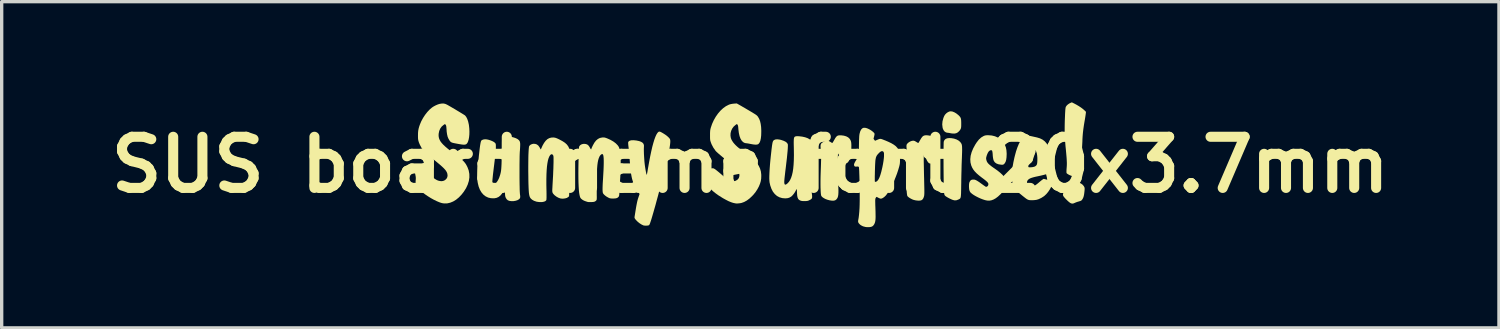
<source format=kicad_pcb>
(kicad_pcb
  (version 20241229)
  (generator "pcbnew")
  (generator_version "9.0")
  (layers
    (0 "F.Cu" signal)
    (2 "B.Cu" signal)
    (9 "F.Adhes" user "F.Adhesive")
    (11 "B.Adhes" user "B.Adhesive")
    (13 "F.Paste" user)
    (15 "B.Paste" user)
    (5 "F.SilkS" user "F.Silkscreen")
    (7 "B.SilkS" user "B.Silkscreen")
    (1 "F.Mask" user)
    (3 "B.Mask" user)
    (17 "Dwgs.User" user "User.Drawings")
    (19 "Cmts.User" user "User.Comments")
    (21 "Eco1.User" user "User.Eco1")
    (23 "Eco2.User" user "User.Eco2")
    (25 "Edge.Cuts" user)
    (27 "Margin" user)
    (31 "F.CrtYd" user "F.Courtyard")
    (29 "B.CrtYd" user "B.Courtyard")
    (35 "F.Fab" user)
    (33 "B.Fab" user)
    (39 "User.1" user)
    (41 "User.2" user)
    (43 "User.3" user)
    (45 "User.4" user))
  (footprint "SUS board name font 20x3.7mm"
    (layer "F.Cu")
    (at 19.311 1.861)
    (property "Reference" "SUS board name font 20x3.7mm" (at 0 0 0) (layer "F.SilkS") (effects (font (size 1.524 1.524) (thickness 0.3))))
    (attr board_only exclude_from_pos_files exclude_from_bom)
    (fp_poly (pts (xy 6.024 -1.587) (xy 6.082 -1.564) (xy 6.141 -1.529) (xy 6.199 -1.483) (xy 6.22 -1.463) (xy 6.243 -1.438) (xy 6.26 -1.415) (xy 6.272 -1.389) (xy 6.28 -1.358) (xy 6.284 -1.317) (xy 6.286 -1.263) (xy 6.286 -1.236) (xy 6.286 -1.176) (xy 6.284 -1.13) (xy 6.279 -1.095) (xy 6.269 -1.067) (xy 6.254 -1.041) (xy 6.233 -1.013) (xy 6.225 -1.004) (xy 6.183 -0.965) (xy 6.135 -0.94) (xy 6.08 -0.93) (xy 6.014 -0.933) (xy 5.965 -0.941) (xy 5.93 -0.948) (xy 5.899 -0.953) (xy 5.882 -0.954) (xy 5.834 -0.964) (xy 5.793 -0.989) (xy 5.76 -1.03) (xy 5.736 -1.085) (xy 5.73 -1.111) (xy 5.72 -1.201) (xy 5.728 -1.295) (xy 5.754 -1.393) (xy 5.779 -1.454) (xy 5.806 -1.497) (xy 5.843 -1.535) (xy 5.887 -1.567) (xy 5.933 -1.588) (xy 5.973 -1.594)) (stroke (width 0) (type solid)) (fill yes) (layer "F.SilkS"))
    (fp_poly (pts (xy 9.676 0.516) (xy 9.739 0.521) (xy 9.793 0.531) (xy 9.8 0.533) (xy 9.855 0.558) (xy 9.904 0.594) (xy 9.94 0.637) (xy 9.951 0.658) (xy 9.959 0.676) (xy 9.963 0.694) (xy 9.964 0.716) (xy 9.963 0.747) (xy 9.959 0.79) (xy 9.958 0.8) (xy 9.949 0.874) (xy 9.938 0.932) (xy 9.923 0.979) (xy 9.904 1.017) (xy 9.892 1.035) (xy 9.877 1.054) (xy 9.861 1.068) (xy 9.839 1.078) (xy 9.807 1.088) (xy 9.788 1.094) (xy 9.745 1.106) (xy 9.704 1.121) (xy 9.671 1.135) (xy 9.667 1.137) (xy 9.624 1.154) (xy 9.588 1.157) (xy 9.553 1.146) (xy 9.529 1.133) (xy 9.5 1.111) (xy 9.465 1.081) (xy 9.428 1.045) (xy 9.391 1.008) (xy 9.36 0.973) (xy 9.337 0.944) (xy 9.33 0.933) (xy 9.322 0.915) (xy 9.318 0.899) (xy 9.319 0.88) (xy 9.325 0.851) (xy 9.329 0.836) (xy 9.337 0.798) (xy 9.342 0.762) (xy 9.344 0.737) (xy 9.353 0.675) (xy 9.378 0.621) (xy 9.417 0.576) (xy 9.469 0.543) (xy 9.499 0.531) (xy 9.549 0.521) (xy 9.61 0.516)) (stroke (width 0) (type solid)) (fill yes) (layer "F.SilkS"))
    (fp_poly (pts (xy 5.987 -0.794) (xy 6.071 -0.78) (xy 6.146 -0.755) (xy 6.208 -0.721) (xy 6.258 -0.678) (xy 6.292 -0.628) (xy 6.298 -0.614) (xy 6.303 -0.595) (xy 6.308 -0.57) (xy 6.311 -0.537) (xy 6.312 -0.495) (xy 6.313 -0.442) (xy 6.312 -0.377) (xy 6.309 -0.297) (xy 6.306 -0.202) (xy 6.303 -0.139) (xy 6.301 -0.08) (xy 6.298 -0.007) (xy 6.296 0.079) (xy 6.294 0.174) (xy 6.291 0.274) (xy 6.289 0.375) (xy 6.287 0.476) (xy 6.287 0.525) (xy 6.285 0.631) (xy 6.284 0.719) (xy 6.282 0.792) (xy 6.281 0.852) (xy 6.278 0.899) (xy 6.275 0.936) (xy 6.27 0.964) (xy 6.264 0.985) (xy 6.256 1) (xy 6.246 1.011) (xy 6.234 1.019) (xy 6.219 1.027) (xy 6.201 1.036) (xy 6.201 1.036) (xy 6.146 1.057) (xy 6.095 1.061) (xy 6.043 1.05) (xy 6.039 1.049) (xy 5.992 1.03) (xy 5.941 1.006) (xy 5.893 0.981) (xy 5.851 0.956) (xy 5.82 0.935) (xy 5.816 0.932) (xy 5.799 0.916) (xy 5.789 0.9) (xy 5.782 0.878) (xy 5.776 0.845) (xy 5.774 0.83) (xy 5.772 0.804) (xy 5.77 0.763) (xy 5.768 0.707) (xy 5.766 0.639) (xy 5.765 0.561) (xy 5.763 0.474) (xy 5.762 0.38) (xy 5.761 0.28) (xy 5.76 0.177) (xy 5.759 0.072) (xy 5.759 -0.033) (xy 5.758 -0.136) (xy 5.758 -0.235) (xy 5.759 -0.329) (xy 5.759 -0.416) (xy 5.76 -0.495) (xy 5.761 -0.563) (xy 5.762 -0.618) (xy 5.763 -0.66) (xy 5.765 -0.685) (xy 5.766 -0.692) (xy 5.786 -0.736) (xy 5.818 -0.768) (xy 5.863 -0.788) (xy 5.922 -0.796)) (stroke (width 0) (type solid)) (fill yes) (layer "F.SilkS"))
    (fp_poly (pts (xy 9.651 -1.827) (xy 9.721 -1.79) (xy 9.79 -1.749) (xy 9.854 -1.707) (xy 9.909 -1.666) (xy 9.95 -1.631) (xy 10.004 -1.578) (xy 9.998 -1.524) (xy 9.994 -1.496) (xy 9.988 -1.454) (xy 9.98 -1.403) (xy 9.971 -1.348) (xy 9.965 -1.316) (xy 9.943 -1.184) (xy 9.926 -1.066) (xy 9.913 -0.956) (xy 9.904 -0.852) (xy 9.898 -0.748) (xy 9.897 -0.7) (xy 9.894 -0.641) (xy 9.89 -0.567) (xy 9.885 -0.485) (xy 9.878 -0.398) (xy 9.871 -0.31) (xy 9.863 -0.228) (xy 9.863 -0.227) (xy 9.855 -0.148) (xy 9.848 -0.068) (xy 9.841 0.009) (xy 9.835 0.08) (xy 9.831 0.14) (xy 9.828 0.187) (xy 9.828 0.192) (xy 9.824 0.244) (xy 9.82 0.287) (xy 9.816 0.318) (xy 9.811 0.334) (xy 9.81 0.335) (xy 9.79 0.345) (xy 9.756 0.352) (xy 9.714 0.354) (xy 9.678 0.351) (xy 9.639 0.346) (xy 9.6 0.338) (xy 9.585 0.334) (xy 9.55 0.322) (xy 9.511 0.305) (xy 9.475 0.286) (xy 9.446 0.267) (xy 9.428 0.251) (xy 9.426 0.248) (xy 9.423 0.231) (xy 9.422 0.198) (xy 9.424 0.148) (xy 9.428 0.094) (xy 9.431 0.054) (xy 9.433 0.017) (xy 9.434 -0.021) (xy 9.434 -0.061) (xy 9.432 -0.105) (xy 9.43 -0.155) (xy 9.426 -0.214) (xy 9.42 -0.283) (xy 9.413 -0.364) (xy 9.404 -0.46) (xy 9.394 -0.556) (xy 9.385 -0.664) (xy 9.377 -0.766) (xy 9.372 -0.867) (xy 9.369 -0.968) (xy 9.369 -1.075) (xy 9.37 -1.19) (xy 9.373 -1.317) (xy 9.378 -1.437) (xy 9.381 -1.519) (xy 9.385 -1.584) (xy 9.388 -1.635) (xy 9.392 -1.673) (xy 9.396 -1.7) (xy 9.4 -1.719) (xy 9.403 -1.726) (xy 9.427 -1.762) (xy 9.464 -1.798) (xy 9.509 -1.828) (xy 9.538 -1.843) (xy 9.583 -1.861)) (stroke (width 0) (type solid)) (fill yes) (layer "F.SilkS"))
    (fp_poly (pts (xy 5.284 -0.878) (xy 5.294 -0.877) (xy 5.375 -0.863) (xy 5.444 -0.836) (xy 5.499 -0.797) (xy 5.54 -0.747) (xy 5.554 -0.721) (xy 5.562 -0.701) (xy 5.567 -0.682) (xy 5.571 -0.661) (xy 5.573 -0.633) (xy 5.574 -0.595) (xy 5.574 -0.544) (xy 5.574 -0.52) (xy 5.569 -0.402) (xy 5.559 -0.302) (xy 5.543 -0.217) (xy 5.521 -0.15) (xy 5.492 -0.098) (xy 5.457 -0.062) (xy 5.415 -0.042) (xy 5.366 -0.036) (xy 5.361 -0.036) (xy 5.328 -0.047) (xy 5.297 -0.076) (xy 5.266 -0.124) (xy 5.236 -0.19) (xy 5.214 -0.253) (xy 5.204 -0.28) (xy 5.196 -0.302) (xy 5.19 -0.317) (xy 5.184 -0.325) (xy 5.179 -0.324) (xy 5.175 -0.314) (xy 5.172 -0.294) (xy 5.17 -0.262) (xy 5.169 -0.218) (xy 5.169 -0.162) (xy 5.169 -0.092) (xy 5.171 -0.007) (xy 5.173 0.094) (xy 5.175 0.21) (xy 5.178 0.344) (xy 5.18 0.404) (xy 5.182 0.513) (xy 5.184 0.605) (xy 5.186 0.682) (xy 5.187 0.745) (xy 5.187 0.796) (xy 5.187 0.837) (xy 5.186 0.869) (xy 5.184 0.894) (xy 5.182 0.914) (xy 5.18 0.929) (xy 5.177 0.939) (xy 5.16 0.991) (xy 5.137 1.028) (xy 5.107 1.053) (xy 5.066 1.066) (xy 5.013 1.069) (xy 4.964 1.065) (xy 4.921 1.059) (xy 4.875 1.048) (xy 4.846 1.039) (xy 4.805 1.02) (xy 4.764 0.998) (xy 4.727 0.974) (xy 4.698 0.95) (xy 4.681 0.931) (xy 4.678 0.924) (xy 4.669 0.876) (xy 4.662 0.81) (xy 4.658 0.727) (xy 4.655 0.629) (xy 4.654 0.516) (xy 4.656 0.389) (xy 4.659 0.25) (xy 4.665 0.099) (xy 4.668 0.035) (xy 4.672 -0.051) (xy 4.675 -0.121) (xy 4.677 -0.178) (xy 4.678 -0.225) (xy 4.678 -0.265) (xy 4.676 -0.3) (xy 4.674 -0.333) (xy 4.671 -0.367) (xy 4.668 -0.394) (xy 4.661 -0.46) (xy 4.656 -0.511) (xy 4.654 -0.549) (xy 4.655 -0.577) (xy 4.659 -0.598) (xy 4.667 -0.614) (xy 4.678 -0.629) (xy 4.681 -0.633) (xy 4.718 -0.666) (xy 4.764 -0.694) (xy 4.812 -0.712) (xy 4.849 -0.718) (xy 4.877 -0.716) (xy 4.904 -0.707) (xy 4.935 -0.689) (xy 4.944 -0.684) (xy 4.972 -0.666) (xy 4.994 -0.654) (xy 5.005 -0.649) (xy 5.013 -0.657) (xy 5.027 -0.677) (xy 5.045 -0.708) (xy 5.061 -0.736) (xy 5.094 -0.792) (xy 5.123 -0.832) (xy 5.154 -0.859) (xy 5.189 -0.874) (xy 5.231 -0.88)) (stroke (width 0) (type solid)) (fill yes) (layer "F.SilkS"))
    (fp_poly (pts (xy 2.707 -0.878) (xy 2.788 -0.868) (xy 2.857 -0.848) (xy 2.915 -0.818) (xy 2.957 -0.779) (xy 2.969 -0.762) (xy 2.986 -0.733) (xy 2.998 -0.703) (xy 3.006 -0.67) (xy 3.01 -0.629) (xy 3.012 -0.577) (xy 3.011 -0.512) (xy 3.01 -0.479) (xy 3.006 -0.392) (xy 2.999 -0.321) (xy 2.99 -0.261) (xy 2.978 -0.21) (xy 2.961 -0.164) (xy 2.946 -0.13) (xy 2.917 -0.084) (xy 2.886 -0.054) (xy 2.849 -0.038) (xy 2.82 -0.035) (xy 2.785 -0.04) (xy 2.754 -0.056) (xy 2.726 -0.084) (xy 2.701 -0.127) (xy 2.675 -0.186) (xy 2.66 -0.228) (xy 2.645 -0.275) (xy 2.634 -0.306) (xy 2.627 -0.324) (xy 2.622 -0.331) (xy 2.619 -0.331) (xy 2.615 -0.324) (xy 2.614 -0.32) (xy 2.612 -0.307) (xy 2.611 -0.277) (xy 2.61 -0.233) (xy 2.61 -0.177) (xy 2.609 -0.11) (xy 2.61 -0.035) (xy 2.61 0.045) (xy 2.611 0.13) (xy 2.612 0.217) (xy 2.613 0.303) (xy 2.615 0.388) (xy 2.617 0.468) (xy 2.619 0.541) (xy 2.621 0.606) (xy 2.623 0.661) (xy 2.624 0.673) (xy 2.627 0.761) (xy 2.626 0.834) (xy 2.622 0.893) (xy 2.614 0.94) (xy 2.602 0.978) (xy 2.593 0.995) (xy 2.564 1.034) (xy 2.528 1.059) (xy 2.482 1.07) (xy 2.429 1.069) (xy 2.363 1.059) (xy 2.299 1.042) (xy 2.24 1.02) (xy 2.189 0.993) (xy 2.148 0.964) (xy 2.12 0.934) (xy 2.11 0.911) (xy 2.104 0.873) (xy 2.099 0.818) (xy 2.096 0.751) (xy 2.093 0.672) (xy 2.092 0.585) (xy 2.092 0.493) (xy 2.093 0.398) (xy 2.095 0.312) (xy 2.099 0.19) (xy 2.103 0.084) (xy 2.106 -0.005) (xy 2.108 -0.082) (xy 2.11 -0.146) (xy 2.111 -0.2) (xy 2.111 -0.245) (xy 2.111 -0.283) (xy 2.111 -0.315) (xy 2.11 -0.344) (xy 2.108 -0.371) (xy 2.106 -0.397) (xy 2.103 -0.424) (xy 2.101 -0.444) (xy 2.095 -0.509) (xy 2.093 -0.559) (xy 2.097 -0.597) (xy 2.109 -0.627) (xy 2.13 -0.65) (xy 2.161 -0.672) (xy 2.204 -0.693) (xy 2.221 -0.701) (xy 2.262 -0.717) (xy 2.298 -0.72) (xy 2.334 -0.711) (xy 2.375 -0.689) (xy 2.386 -0.682) (xy 2.412 -0.665) (xy 2.434 -0.653) (xy 2.444 -0.649) (xy 2.451 -0.657) (xy 2.465 -0.678) (xy 2.484 -0.709) (xy 2.504 -0.744) (xy 2.533 -0.796) (xy 2.56 -0.833) (xy 2.586 -0.858) (xy 2.615 -0.872) (xy 2.65 -0.878) (xy 2.696 -0.878)) (stroke (width 0) (type solid)) (fill yes) (layer "F.SilkS"))
    (fp_poly (pts (xy -2.69 -0.986) (xy -2.663 -0.975) (xy -2.627 -0.955) (xy -2.583 -0.929) (xy -2.53 -0.895) (xy -2.48 -0.857) (xy -2.439 -0.82) (xy -2.408 -0.786) (xy -2.395 -0.766) (xy -2.387 -0.741) (xy -2.384 -0.704) (xy -2.386 -0.654) (xy -2.393 -0.591) (xy -2.405 -0.512) (xy -2.423 -0.417) (xy -2.433 -0.366) (xy -2.451 -0.281) (xy -2.474 -0.18) (xy -2.5 -0.066) (xy -2.53 0.059) (xy -2.563 0.194) (xy -2.598 0.335) (xy -2.635 0.48) (xy -2.673 0.628) (xy -2.712 0.776) (xy -2.75 0.921) (xy -2.789 1.062) (xy -2.825 1.197) (xy -2.861 1.323) (xy -2.892 1.432) (xy -2.919 1.524) (xy -2.941 1.599) (xy -2.96 1.66) (xy -2.976 1.707) (xy -2.988 1.743) (xy -2.999 1.769) (xy -3.008 1.786) (xy -3.016 1.797) (xy -3.018 1.799) (xy -3.037 1.807) (xy -3.069 1.812) (xy -3.107 1.814) (xy -3.145 1.813) (xy -3.178 1.808) (xy -3.19 1.805) (xy -3.245 1.778) (xy -3.304 1.74) (xy -3.36 1.694) (xy -3.407 1.646) (xy -3.425 1.624) (xy -3.442 1.599) (xy -3.45 1.579) (xy -3.45 1.557) (xy -3.447 1.536) (xy -3.43 1.431) (xy -3.416 1.344) (xy -3.404 1.27) (xy -3.393 1.209) (xy -3.383 1.158) (xy -3.374 1.115) (xy -3.366 1.078) (xy -3.357 1.046) (xy -3.349 1.016) (xy -3.339 0.986) (xy -3.338 0.983) (xy -3.3 0.872) (xy -3.377 0.744) (xy -3.411 0.687) (xy -3.44 0.633) (xy -3.466 0.581) (xy -3.488 0.529) (xy -3.507 0.475) (xy -3.524 0.418) (xy -3.538 0.354) (xy -3.551 0.283) (xy -3.562 0.203) (xy -3.572 0.112) (xy -3.582 0.008) (xy -3.592 -0.112) (xy -3.601 -0.236) (xy -3.607 -0.303) (xy -3.613 -0.372) (xy -3.619 -0.438) (xy -3.625 -0.496) (xy -3.631 -0.539) (xy -3.636 -0.584) (xy -3.639 -0.625) (xy -3.641 -0.656) (xy -3.639 -0.672) (xy -3.623 -0.7) (xy -3.591 -0.719) (xy -3.544 -0.73) (xy -3.482 -0.732) (xy -3.407 -0.725) (xy -3.393 -0.723) (xy -3.315 -0.707) (xy -3.255 -0.685) (xy -3.211 -0.658) (xy -3.183 -0.624) (xy -3.17 -0.583) (xy -3.17 -0.539) (xy -3.172 -0.505) (xy -3.173 -0.455) (xy -3.172 -0.395) (xy -3.17 -0.326) (xy -3.166 -0.252) (xy -3.161 -0.177) (xy -3.156 -0.105) (xy -3.149 -0.037) (xy -3.142 0.021) (xy -3.142 0.021) (xy -3.132 0.089) (xy -3.122 0.15) (xy -3.112 0.204) (xy -3.103 0.247) (xy -3.095 0.279) (xy -3.088 0.296) (xy -3.084 0.297) (xy -3.084 0.297) (xy -3.08 0.283) (xy -3.075 0.255) (xy -3.067 0.215) (xy -3.059 0.165) (xy -3.05 0.111) (xy -3.017 -0.074) (xy -2.985 -0.244) (xy -2.953 -0.396) (xy -2.922 -0.532) (xy -2.89 -0.65) (xy -2.859 -0.752) (xy -2.828 -0.835) (xy -2.798 -0.901) (xy -2.768 -0.949) (xy -2.741 -0.977) (xy -2.726 -0.986) (xy -2.71 -0.989)) (stroke (width 0) (type solid)) (fill yes) (layer "F.SilkS"))
    (fp_poly (pts (xy 7.196 -0.873) (xy 7.293 -0.849) (xy 7.381 -0.81) (xy 7.458 -0.756) (xy 7.499 -0.717) (xy 7.551 -0.654) (xy 7.59 -0.588) (xy 7.617 -0.517) (xy 7.633 -0.436) (xy 7.64 -0.342) (xy 7.64 -0.31) (xy 7.636 -0.221) (xy 7.626 -0.148) (xy 7.609 -0.09) (xy 7.584 -0.046) (xy 7.558 -0.018) (xy 7.541 -0.007) (xy 7.523 -0.002) (xy 7.498 -0.001) (xy 7.472 -0.003) (xy 7.397 -0.015) (xy 7.336 -0.038) (xy 7.29 -0.071) (xy 7.258 -0.116) (xy 7.245 -0.151) (xy 7.238 -0.182) (xy 7.231 -0.225) (xy 7.226 -0.271) (xy 7.225 -0.292) (xy 7.221 -0.348) (xy 7.215 -0.388) (xy 7.208 -0.415) (xy 7.197 -0.429) (xy 7.182 -0.435) (xy 7.176 -0.436) (xy 7.141 -0.427) (xy 7.108 -0.4) (xy 7.079 -0.356) (xy 7.053 -0.295) (xy 7.046 -0.274) (xy 7.034 -0.232) (xy 7.028 -0.201) (xy 7.029 -0.174) (xy 7.035 -0.144) (xy 7.041 -0.124) (xy 7.053 -0.091) (xy 7.073 -0.06) (xy 7.1 -0.028) (xy 7.139 0.007) (xy 7.189 0.047) (xy 7.254 0.093) (xy 7.268 0.102) (xy 7.368 0.173) (xy 7.451 0.24) (xy 7.518 0.303) (xy 7.569 0.363) (xy 7.606 0.422) (xy 7.629 0.479) (xy 7.639 0.537) (xy 7.64 0.556) (xy 7.633 0.615) (xy 7.612 0.675) (xy 7.576 0.738) (xy 7.525 0.805) (xy 7.457 0.877) (xy 7.456 0.878) (xy 7.382 0.947) (xy 7.313 0.999) (xy 7.247 1.036) (xy 7.184 1.059) (xy 7.121 1.069) (xy 7.056 1.066) (xy 7.054 1.065) (xy 6.996 1.053) (xy 6.931 1.032) (xy 6.861 1.005) (xy 6.791 0.973) (xy 6.723 0.938) (xy 6.661 0.902) (xy 6.609 0.866) (xy 6.57 0.832) (xy 6.557 0.818) (xy 6.538 0.785) (xy 6.525 0.742) (xy 6.519 0.688) (xy 6.517 0.635) (xy 6.519 0.584) (xy 6.524 0.546) (xy 6.533 0.516) (xy 6.534 0.514) (xy 6.556 0.476) (xy 6.581 0.453) (xy 6.613 0.443) (xy 6.645 0.441) (xy 6.671 0.442) (xy 6.695 0.446) (xy 6.72 0.456) (xy 6.75 0.471) (xy 6.786 0.493) (xy 6.831 0.523) (xy 6.887 0.564) (xy 6.901 0.574) (xy 6.941 0.603) (xy 6.977 0.628) (xy 7.004 0.646) (xy 7.022 0.657) (xy 7.025 0.658) (xy 7.055 0.65) (xy 7.08 0.628) (xy 7.091 0.605) (xy 7.095 0.584) (xy 7.094 0.565) (xy 7.087 0.545) (xy 7.071 0.523) (xy 7.046 0.498) (xy 7.011 0.467) (xy 6.963 0.429) (xy 6.901 0.383) (xy 6.897 0.38) (xy 6.814 0.315) (xy 6.745 0.255) (xy 6.69 0.198) (xy 6.647 0.143) (xy 6.613 0.086) (xy 6.587 0.026) (xy 6.585 0.022) (xy 6.562 -0.069) (xy 6.556 -0.166) (xy 6.567 -0.269) (xy 6.596 -0.376) (xy 6.642 -0.487) (xy 6.705 -0.603) (xy 6.752 -0.675) (xy 6.813 -0.752) (xy 6.88 -0.813) (xy 6.948 -0.854) (xy 6.977 -0.867) (xy 7.004 -0.875) (xy 7.033 -0.879) (xy 7.071 -0.881) (xy 7.091 -0.881)) (stroke (width 0) (type solid)) (fill yes) (layer "F.SilkS"))
    (fp_poly (pts (xy -5.864 -0.813) (xy -5.837 -0.81) (xy -5.811 -0.805) (xy -5.783 -0.796) (xy -5.75 -0.782) (xy -5.706 -0.762) (xy -5.677 -0.747) (xy -5.592 -0.701) (xy -5.523 -0.655) (xy -5.469 -0.606) (xy -5.428 -0.552) (xy -5.399 -0.492) (xy -5.378 -0.423) (xy -5.372 -0.393) (xy -5.367 -0.352) (xy -5.363 -0.295) (xy -5.36 -0.224) (xy -5.359 -0.143) (xy -5.359 -0.053) (xy -5.36 0.042) (xy -5.362 0.141) (xy -5.366 0.24) (xy -5.371 0.337) (xy -5.373 0.368) (xy -5.377 0.444) (xy -5.382 0.527) (xy -5.386 0.609) (xy -5.39 0.686) (xy -5.393 0.752) (xy -5.394 0.768) (xy -5.401 0.939) (xy -5.43 0.964) (xy -5.467 0.987) (xy -5.519 1.002) (xy -5.583 1.01) (xy -5.608 1.01) (xy -5.661 1.003) (xy -5.719 0.982) (xy -5.777 0.95) (xy -5.831 0.909) (xy -5.845 0.895) (xy -5.871 0.867) (xy -5.888 0.842) (xy -5.898 0.815) (xy -5.902 0.78) (xy -5.901 0.733) (xy -5.9 0.712) (xy -5.898 0.683) (xy -5.896 0.638) (xy -5.893 0.581) (xy -5.889 0.515) (xy -5.885 0.444) (xy -5.881 0.37) (xy -5.88 0.362) (xy -5.876 0.28) (xy -5.873 0.195) (xy -5.869 0.11) (xy -5.867 0.029) (xy -5.865 -0.041) (xy -5.864 -0.09) (xy -5.864 -0.152) (xy -5.864 -0.198) (xy -5.865 -0.231) (xy -5.867 -0.254) (xy -5.871 -0.271) (xy -5.876 -0.282) (xy -5.882 -0.292) (xy -5.883 -0.294) (xy -5.906 -0.313) (xy -5.93 -0.314) (xy -5.955 -0.298) (xy -5.981 -0.264) (xy -5.99 -0.247) (xy -6.013 -0.193) (xy -6.032 -0.126) (xy -6.047 -0.045) (xy -6.06 0.051) (xy -6.069 0.162) (xy -6.075 0.288) (xy -6.078 0.432) (xy -6.078 0.592) (xy -6.076 0.705) (xy -6.074 0.798) (xy -6.073 0.874) (xy -6.073 0.935) (xy -6.073 0.981) (xy -6.075 1.015) (xy -6.076 1.039) (xy -6.079 1.052) (xy -6.081 1.056) (xy -6.105 1.081) (xy -6.145 1.099) (xy -6.199 1.11) (xy -6.248 1.112) (xy -6.292 1.11) (xy -6.336 1.105) (xy -6.372 1.099) (xy -6.375 1.098) (xy -6.447 1.073) (xy -6.504 1.04) (xy -6.547 1) (xy -6.568 0.967) (xy -6.577 0.944) (xy -6.585 0.916) (xy -6.592 0.881) (xy -6.598 0.838) (xy -6.602 0.785) (xy -6.606 0.721) (xy -6.609 0.644) (xy -6.612 0.553) (xy -6.614 0.446) (xy -6.615 0.348) (xy -6.617 0.195) (xy -6.617 0.054) (xy -6.616 -0.074) (xy -6.615 -0.189) (xy -6.613 -0.29) (xy -6.609 -0.376) (xy -6.605 -0.447) (xy -6.6 -0.502) (xy -6.595 -0.54) (xy -6.588 -0.56) (xy -6.588 -0.56) (xy -6.555 -0.594) (xy -6.509 -0.616) (xy -6.473 -0.625) (xy -6.415 -0.624) (xy -6.363 -0.607) (xy -6.318 -0.573) (xy -6.281 -0.522) (xy -6.271 -0.503) (xy -6.257 -0.475) (xy -6.249 -0.461) (xy -6.243 -0.46) (xy -6.238 -0.469) (xy -6.236 -0.473) (xy -6.192 -0.571) (xy -6.147 -0.651) (xy -6.099 -0.715) (xy -6.049 -0.762) (xy -5.994 -0.793) (xy -5.935 -0.81) (xy -5.871 -0.814)) (stroke (width 0) (type solid)) (fill yes) (layer "F.SilkS"))
    (fp_poly (pts (xy 1.455 -0.85) (xy 1.53 -0.841) (xy 1.547 -0.839) (xy 1.633 -0.82) (xy 1.707 -0.794) (xy 1.767 -0.761) (xy 1.812 -0.722) (xy 1.834 -0.689) (xy 1.84 -0.671) (xy 1.843 -0.643) (xy 1.844 -0.603) (xy 1.842 -0.551) (xy 1.838 -0.483) (xy 1.831 -0.398) (xy 1.831 -0.394) (xy 1.827 -0.336) (xy 1.824 -0.264) (xy 1.821 -0.18) (xy 1.819 -0.087) (xy 1.817 0.013) (xy 1.816 0.117) (xy 1.816 0.223) (xy 1.816 0.33) (xy 1.817 0.433) (xy 1.818 0.531) (xy 1.821 0.622) (xy 1.823 0.702) (xy 1.826 0.771) (xy 1.83 0.824) (xy 1.833 0.847) (xy 1.84 0.905) (xy 1.843 0.949) (xy 1.841 0.98) (xy 1.833 1.004) (xy 1.818 1.021) (xy 1.795 1.037) (xy 1.766 1.052) (xy 1.734 1.067) (xy 1.704 1.076) (xy 1.671 1.08) (xy 1.632 1.082) (xy 1.591 1.082) (xy 1.555 1.08) (xy 1.529 1.077) (xy 1.525 1.076) (xy 1.482 1.062) (xy 1.449 1.042) (xy 1.425 1.013) (xy 1.409 0.975) (xy 1.398 0.923) (xy 1.393 0.857) (xy 1.392 0.837) (xy 1.39 0.793) (xy 1.388 0.757) (xy 1.385 0.733) (xy 1.383 0.723) (xy 1.383 0.723) (xy 1.376 0.731) (xy 1.364 0.751) (xy 1.356 0.768) (xy 1.33 0.816) (xy 1.297 0.864) (xy 1.261 0.908) (xy 1.227 0.941) (xy 1.217 0.949) (xy 1.167 0.978) (xy 1.116 0.994) (xy 1.057 1) (xy 1.043 1.001) (xy 0.952 0.993) (xy 0.869 0.969) (xy 0.795 0.929) (xy 0.731 0.873) (xy 0.675 0.803) (xy 0.63 0.717) (xy 0.595 0.617) (xy 0.574 0.525) (xy 0.569 0.476) (xy 0.566 0.411) (xy 0.567 0.329) (xy 0.571 0.233) (xy 0.577 0.123) (xy 0.586 0.001) (xy 0.598 -0.132) (xy 0.613 -0.276) (xy 0.63 -0.428) (xy 0.63 -0.433) (xy 0.64 -0.512) (xy 0.648 -0.575) (xy 0.656 -0.624) (xy 0.663 -0.661) (xy 0.671 -0.688) (xy 0.68 -0.708) (xy 0.691 -0.723) (xy 0.704 -0.734) (xy 0.717 -0.742) (xy 0.756 -0.756) (xy 0.809 -0.759) (xy 0.872 -0.751) (xy 0.917 -0.741) (xy 0.993 -0.715) (xy 1.051 -0.687) (xy 1.091 -0.655) (xy 1.114 -0.621) (xy 1.118 -0.607) (xy 1.12 -0.579) (xy 1.119 -0.534) (xy 1.116 -0.473) (xy 1.11 -0.397) (xy 1.101 -0.306) (xy 1.091 -0.202) (xy 1.077 -0.085) (xy 1.062 0.043) (xy 1.062 0.045) (xy 1.052 0.126) (xy 1.042 0.205) (xy 1.034 0.279) (xy 1.026 0.346) (xy 1.02 0.401) (xy 1.016 0.444) (xy 1.014 0.467) (xy 1.012 0.524) (xy 1.017 0.564) (xy 1.028 0.587) (xy 1.046 0.593) (xy 1.071 0.583) (xy 1.105 0.558) (xy 1.111 0.552) (xy 1.152 0.507) (xy 1.187 0.452) (xy 1.217 0.386) (xy 1.242 0.309) (xy 1.263 0.219) (xy 1.279 0.115) (xy 1.29 -0.002) (xy 1.297 -0.135) (xy 1.3 -0.284) (xy 1.298 -0.45) (xy 1.297 -0.513) (xy 1.295 -0.596) (xy 1.294 -0.663) (xy 1.295 -0.716) (xy 1.297 -0.756) (xy 1.3 -0.786) (xy 1.306 -0.807) (xy 1.313 -0.823) (xy 1.323 -0.834) (xy 1.326 -0.837) (xy 1.353 -0.848) (xy 1.396 -0.853)) (stroke (width 0) (type solid)) (fill yes) (layer "F.SilkS"))
    (fp_poly (pts (xy -7.22 -0.847) (xy -7.159 -0.839) (xy -7.098 -0.827) (xy -7.04 -0.811) (xy -6.987 -0.792) (xy -6.943 -0.77) (xy -6.932 -0.763) (xy -6.899 -0.736) (xy -6.876 -0.708) (xy -6.864 -0.673) (xy -6.858 -0.627) (xy -6.858 -0.584) (xy -6.86 -0.534) (xy -6.863 -0.475) (xy -6.867 -0.417) (xy -6.869 -0.399) (xy -6.871 -0.364) (xy -6.873 -0.314) (xy -6.875 -0.25) (xy -6.876 -0.175) (xy -6.877 -0.091) (xy -6.878 0.001) (xy -6.878 0.097) (xy -6.878 0.196) (xy -6.878 0.296) (xy -6.878 0.394) (xy -6.877 0.489) (xy -6.876 0.578) (xy -6.874 0.66) (xy -6.873 0.732) (xy -6.871 0.792) (xy -6.868 0.837) (xy -6.866 0.867) (xy -6.866 0.87) (xy -6.859 0.921) (xy -6.857 0.957) (xy -6.861 0.984) (xy -6.87 1.003) (xy -6.886 1.021) (xy -6.894 1.028) (xy -6.937 1.054) (xy -6.993 1.072) (xy -7.056 1.083) (xy -7.121 1.084) (xy -7.183 1.075) (xy -7.227 1.057) (xy -7.262 1.025) (xy -7.285 0.988) (xy -7.295 0.966) (xy -7.302 0.943) (xy -7.307 0.914) (xy -7.31 0.875) (xy -7.312 0.828) (xy -7.317 0.712) (xy -7.354 0.783) (xy -7.4 0.859) (xy -7.45 0.918) (xy -7.504 0.96) (xy -7.566 0.987) (xy -7.634 0.999) (xy -7.64 0.999) (xy -7.73 0.996) (xy -7.813 0.977) (xy -7.888 0.941) (xy -7.954 0.89) (xy -8.011 0.824) (xy -8.059 0.743) (xy -8.096 0.649) (xy -8.122 0.542) (xy -8.13 0.491) (xy -8.134 0.447) (xy -8.136 0.395) (xy -8.136 0.334) (xy -8.134 0.264) (xy -8.13 0.181) (xy -8.123 0.086) (xy -8.113 -0.022) (xy -8.101 -0.146) (xy -8.087 -0.287) (xy -8.078 -0.366) (xy -8.067 -0.464) (xy -8.057 -0.544) (xy -8.047 -0.608) (xy -8.038 -0.657) (xy -8.029 -0.692) (xy -8.021 -0.714) (xy -8.017 -0.721) (xy -7.991 -0.74) (xy -7.952 -0.754) (xy -7.907 -0.76) (xy -7.9 -0.76) (xy -7.849 -0.756) (xy -7.792 -0.743) (xy -7.734 -0.724) (xy -7.68 -0.701) (xy -7.635 -0.676) (xy -7.608 -0.652) (xy -7.596 -0.639) (xy -7.589 -0.625) (xy -7.585 -0.606) (xy -7.583 -0.578) (xy -7.583 -0.536) (xy -7.583 -0.5) (xy -7.585 -0.458) (xy -7.589 -0.41) (xy -7.594 -0.353) (xy -7.6 -0.286) (xy -7.609 -0.207) (xy -7.62 -0.115) (xy -7.633 -0.007) (xy -7.643 0.073) (xy -7.657 0.189) (xy -7.669 0.287) (xy -7.677 0.37) (xy -7.684 0.436) (xy -7.687 0.489) (xy -7.689 0.528) (xy -7.688 0.555) (xy -7.685 0.57) (xy -7.671 0.589) (xy -7.65 0.592) (xy -7.625 0.582) (xy -7.597 0.56) (xy -7.567 0.529) (xy -7.537 0.489) (xy -7.51 0.442) (xy -7.486 0.391) (xy -7.482 0.38) (xy -7.465 0.33) (xy -7.45 0.281) (xy -7.438 0.231) (xy -7.428 0.177) (xy -7.42 0.118) (xy -7.414 0.052) (xy -7.409 -0.023) (xy -7.406 -0.11) (xy -7.404 -0.21) (xy -7.403 -0.325) (xy -7.403 -0.41) (xy -7.402 -0.508) (xy -7.402 -0.589) (xy -7.402 -0.655) (xy -7.401 -0.707) (xy -7.4 -0.747) (xy -7.399 -0.777) (xy -7.397 -0.799) (xy -7.394 -0.814) (xy -7.391 -0.823) (xy -7.388 -0.829) (xy -7.386 -0.831) (xy -7.362 -0.844) (xy -7.324 -0.85) (xy -7.276 -0.851)) (stroke (width 0) (type solid)) (fill yes) (layer "F.SilkS"))
    (fp_poly (pts (xy -4.338 -0.811) (xy -4.306 -0.802) (xy -4.268 -0.788) (xy -4.168 -0.743) (xy -4.082 -0.694) (xy -4.01 -0.64) (xy -3.955 -0.584) (xy -3.926 -0.544) (xy -3.912 -0.515) (xy -3.897 -0.476) (xy -3.884 -0.434) (xy -3.882 -0.43) (xy -3.876 -0.408) (xy -3.872 -0.386) (xy -3.868 -0.363) (xy -3.866 -0.335) (xy -3.864 -0.301) (xy -3.863 -0.257) (xy -3.863 -0.201) (xy -3.863 -0.13) (xy -3.863 -0.088) (xy -3.863 -0.003) (xy -3.865 0.09) (xy -3.868 0.186) (xy -3.871 0.278) (xy -3.875 0.362) (xy -3.878 0.408) (xy -3.883 0.482) (xy -3.887 0.56) (xy -3.892 0.637) (xy -3.896 0.707) (xy -3.898 0.766) (xy -3.899 0.782) (xy -3.902 0.839) (xy -3.905 0.88) (xy -3.908 0.91) (xy -3.913 0.93) (xy -3.919 0.944) (xy -3.923 0.951) (xy -3.947 0.975) (xy -3.975 0.991) (xy -4.012 1.001) (xy -4.062 1.005) (xy -4.088 1.005) (xy -4.132 1.005) (xy -4.164 1.002) (xy -4.189 0.997) (xy -4.215 0.987) (xy -4.228 0.98) (xy -4.279 0.952) (xy -4.326 0.918) (xy -4.363 0.884) (xy -4.385 0.857) (xy -4.392 0.841) (xy -4.398 0.819) (xy -4.401 0.789) (xy -4.403 0.75) (xy -4.403 0.699) (xy -4.401 0.635) (xy -4.398 0.557) (xy -4.392 0.463) (xy -4.389 0.417) (xy -4.381 0.275) (xy -4.374 0.15) (xy -4.37 0.042) (xy -4.368 -0.05) (xy -4.368 -0.127) (xy -4.37 -0.189) (xy -4.374 -0.239) (xy -4.38 -0.276) (xy -4.389 -0.301) (xy -4.4 -0.316) (xy -4.418 -0.32) (xy -4.441 -0.31) (xy -4.466 -0.288) (xy -4.489 -0.256) (xy -4.497 -0.24) (xy -4.517 -0.193) (xy -4.534 -0.136) (xy -4.548 -0.069) (xy -4.559 0.009) (xy -4.567 0.101) (xy -4.573 0.206) (xy -4.577 0.327) (xy -4.578 0.464) (xy -4.578 0.569) (xy -4.578 0.65) (xy -4.577 0.727) (xy -4.576 0.799) (xy -4.576 0.863) (xy -4.576 0.916) (xy -4.575 0.955) (xy -4.575 0.975) (xy -4.576 1.013) (xy -4.578 1.037) (xy -4.585 1.054) (xy -4.596 1.068) (xy -4.597 1.07) (xy -4.622 1.089) (xy -4.652 1.103) (xy -4.653 1.103) (xy -4.675 1.107) (xy -4.709 1.11) (xy -4.748 1.111) (xy -4.787 1.112) (xy -4.82 1.111) (xy -4.842 1.108) (xy -4.844 1.108) (xy -4.857 1.104) (xy -4.882 1.096) (xy -4.904 1.089) (xy -4.957 1.069) (xy -5.005 1.041) (xy -5.043 1.01) (xy -5.062 0.987) (xy -5.076 0.954) (xy -5.089 0.904) (xy -5.1 0.839) (xy -5.109 0.756) (xy -5.115 0.657) (xy -5.12 0.541) (xy -5.123 0.408) (xy -5.124 0.257) (xy -5.123 0.088) (xy -5.12 -0.084) (xy -5.118 -0.186) (xy -5.116 -0.271) (xy -5.115 -0.341) (xy -5.113 -0.398) (xy -5.111 -0.443) (xy -5.109 -0.477) (xy -5.107 -0.503) (xy -5.105 -0.522) (xy -5.102 -0.536) (xy -5.098 -0.547) (xy -5.094 -0.555) (xy -5.093 -0.557) (xy -5.063 -0.59) (xy -5.02 -0.613) (xy -4.967 -0.624) (xy -4.951 -0.624) (xy -4.896 -0.618) (xy -4.851 -0.599) (xy -4.813 -0.564) (xy -4.781 -0.512) (xy -4.777 -0.503) (xy -4.762 -0.475) (xy -4.749 -0.461) (xy -4.74 -0.462) (xy -4.737 -0.476) (xy -4.733 -0.488) (xy -4.723 -0.513) (xy -4.707 -0.547) (xy -4.691 -0.58) (xy -4.646 -0.66) (xy -4.597 -0.723) (xy -4.542 -0.769) (xy -4.483 -0.799) (xy -4.416 -0.813) (xy -4.403 -0.814) (xy -4.368 -0.815)) (stroke (width 0) (type solid)) (fill yes) (layer "F.SilkS"))
    (fp_poly (pts (xy 8.283 -0.869) (xy 8.319 -0.863) (xy 8.36 -0.856) (xy 8.376 -0.852) (xy 8.426 -0.841) (xy 8.483 -0.828) (xy 8.534 -0.817) (xy 8.539 -0.816) (xy 8.632 -0.788) (xy 8.711 -0.749) (xy 8.779 -0.696) (xy 8.836 -0.629) (xy 8.884 -0.546) (xy 8.885 -0.545) (xy 8.908 -0.494) (xy 8.926 -0.447) (xy 8.94 -0.399) (xy 8.952 -0.345) (xy 8.963 -0.28) (xy 8.969 -0.236) (xy 8.974 -0.194) (xy 8.977 -0.142) (xy 8.979 -0.083) (xy 8.981 -0.023) (xy 8.981 0.038) (xy 8.98 0.094) (xy 8.978 0.142) (xy 8.975 0.179) (xy 8.971 0.202) (xy 8.97 0.205) (xy 8.955 0.223) (xy 8.928 0.241) (xy 8.885 0.26) (xy 8.828 0.279) (xy 8.755 0.299) (xy 8.665 0.321) (xy 8.584 0.339) (xy 8.507 0.355) (xy 8.446 0.37) (xy 8.398 0.384) (xy 8.359 0.397) (xy 8.328 0.412) (xy 8.302 0.427) (xy 8.3 0.428) (xy 8.266 0.461) (xy 8.248 0.501) (xy 8.246 0.544) (xy 8.26 0.587) (xy 8.284 0.62) (xy 8.303 0.637) (xy 8.318 0.646) (xy 8.338 0.649) (xy 8.369 0.648) (xy 8.373 0.647) (xy 8.416 0.642) (xy 8.455 0.629) (xy 8.496 0.608) (xy 8.541 0.577) (xy 8.594 0.534) (xy 8.6 0.528) (xy 8.636 0.498) (xy 8.67 0.47) (xy 8.697 0.449) (xy 8.713 0.438) (xy 8.743 0.419) (xy 8.832 0.442) (xy 8.886 0.456) (xy 8.925 0.469) (xy 8.953 0.482) (xy 8.974 0.496) (xy 8.987 0.509) (xy 8.996 0.522) (xy 9 0.536) (xy 8.997 0.557) (xy 8.993 0.58) (xy 8.97 0.65) (xy 8.933 0.723) (xy 8.885 0.796) (xy 8.83 0.864) (xy 8.769 0.923) (xy 8.747 0.94) (xy 8.672 0.988) (xy 8.593 1.025) (xy 8.536 1.043) (xy 8.497 1.049) (xy 8.45 1.054) (xy 8.4 1.056) (xy 8.352 1.055) (xy 8.314 1.052) (xy 8.296 1.048) (xy 8.277 1.041) (xy 8.257 1.032) (xy 8.234 1.018) (xy 8.206 0.998) (xy 8.17 0.97) (xy 8.122 0.932) (xy 8.117 0.928) (xy 8.039 0.865) (xy 7.975 0.809) (xy 7.924 0.758) (xy 7.884 0.71) (xy 7.853 0.663) (xy 7.831 0.613) (xy 7.816 0.559) (xy 7.806 0.499) (xy 7.801 0.429) (xy 7.799 0.391) (xy 7.798 0.282) (xy 7.804 0.17) (xy 7.818 0.052) (xy 7.823 0.027) (xy 8.284 0.027) (xy 8.285 0.053) (xy 8.29 0.067) (xy 8.302 0.073) (xy 8.306 0.074) (xy 8.335 0.076) (xy 8.374 0.074) (xy 8.416 0.069) (xy 8.455 0.06) (xy 8.483 0.05) (xy 8.484 0.049) (xy 8.511 0.031) (xy 8.53 0.01) (xy 8.543 -0.016) (xy 8.55 -0.051) (xy 8.554 -0.1) (xy 8.555 -0.123) (xy 8.555 -0.208) (xy 8.549 -0.281) (xy 8.538 -0.343) (xy 8.522 -0.392) (xy 8.502 -0.425) (xy 8.484 -0.439) (xy 8.468 -0.443) (xy 8.455 -0.439) (xy 8.437 -0.422) (xy 8.436 -0.42) (xy 8.418 -0.395) (xy 8.4 -0.361) (xy 8.39 -0.339) (xy 8.373 -0.289) (xy 8.354 -0.233) (xy 8.336 -0.175) (xy 8.319 -0.118) (xy 8.304 -0.065) (xy 8.293 -0.02) (xy 8.286 0.013) (xy 8.284 0.027) (xy 7.823 0.027) (xy 7.841 -0.075) (xy 7.871 -0.214) (xy 7.885 -0.27) (xy 7.921 -0.403) (xy 7.961 -0.52) (xy 8.003 -0.621) (xy 8.047 -0.705) (xy 8.094 -0.772) (xy 8.142 -0.823) (xy 8.193 -0.855) (xy 8.244 -0.87) (xy 8.26 -0.871)) (stroke (width 0) (type solid)) (fill yes) (layer "F.SilkS"))
    (fp_poly (pts (xy 3.477 -1.089) (xy 3.529 -1.066) (xy 3.577 -1.04) (xy 3.622 -1.01) (xy 3.66 -0.979) (xy 3.688 -0.951) (xy 3.699 -0.935) (xy 3.703 -0.919) (xy 3.7 -0.891) (xy 3.691 -0.849) (xy 3.69 -0.846) (xy 3.672 -0.775) (xy 3.717 -0.715) (xy 3.791 -0.747) (xy 3.822 -0.76) (xy 3.847 -0.769) (xy 3.869 -0.773) (xy 3.892 -0.771) (xy 3.92 -0.764) (xy 3.957 -0.75) (xy 4.007 -0.73) (xy 4.014 -0.728) (xy 4.117 -0.684) (xy 4.204 -0.642) (xy 4.275 -0.6) (xy 4.333 -0.557) (xy 4.377 -0.51) (xy 4.411 -0.457) (xy 4.435 -0.397) (xy 4.45 -0.329) (xy 4.458 -0.249) (xy 4.461 -0.162) (xy 4.461 -0.107) (xy 4.459 -0.063) (xy 4.455 -0.024) (xy 4.447 0.015) (xy 4.437 0.056) (xy 4.407 0.157) (xy 4.372 0.263) (xy 4.331 0.37) (xy 4.287 0.476) (xy 4.24 0.579) (xy 4.192 0.675) (xy 4.144 0.762) (xy 4.097 0.837) (xy 4.053 0.898) (xy 4.036 0.918) (xy 4 0.953) (xy 3.961 0.982) (xy 3.925 1.002) (xy 3.894 1.01) (xy 3.891 1.01) (xy 3.869 1.006) (xy 3.839 0.994) (xy 3.814 0.982) (xy 3.787 0.967) (xy 3.768 0.958) (xy 3.76 0.956) (xy 3.749 0.971) (xy 3.74 0.983) (xy 3.733 0.996) (xy 3.728 1.011) (xy 3.725 1.031) (xy 3.723 1.057) (xy 3.723 1.091) (xy 3.724 1.137) (xy 3.725 1.197) (xy 3.728 1.271) (xy 3.729 1.307) (xy 3.732 1.404) (xy 3.733 1.485) (xy 3.734 1.552) (xy 3.732 1.606) (xy 3.729 1.65) (xy 3.723 1.686) (xy 3.716 1.717) (xy 3.706 1.744) (xy 3.694 1.769) (xy 3.69 1.777) (xy 3.66 1.817) (xy 3.628 1.84) (xy 3.59 1.852) (xy 3.54 1.859) (xy 3.486 1.859) (xy 3.435 1.854) (xy 3.359 1.834) (xy 3.298 1.803) (xy 3.27 1.782) (xy 3.237 1.748) (xy 3.218 1.718) (xy 3.212 1.687) (xy 3.216 1.649) (xy 3.217 1.647) (xy 3.229 1.58) (xy 3.239 1.497) (xy 3.248 1.401) (xy 3.255 1.294) (xy 3.259 1.178) (xy 3.259 1.168) (xy 3.26 1.106) (xy 3.261 1.034) (xy 3.261 0.953) (xy 3.261 0.867) (xy 3.26 0.777) (xy 3.259 0.684) (xy 3.257 0.592) (xy 3.255 0.501) (xy 3.254 0.44) (xy 3.71 0.44) (xy 3.71 0.475) (xy 3.711 0.496) (xy 3.712 0.5) (xy 3.728 0.51) (xy 3.75 0.505) (xy 3.778 0.487) (xy 3.792 0.473) (xy 3.821 0.434) (xy 3.849 0.378) (xy 3.876 0.304) (xy 3.903 0.212) (xy 3.912 0.174) (xy 3.936 0.072) (xy 3.955 -0.024) (xy 3.97 -0.115) (xy 3.98 -0.196) (xy 3.986 -0.266) (xy 3.986 -0.323) (xy 3.982 -0.356) (xy 3.969 -0.387) (xy 3.945 -0.404) (xy 3.912 -0.405) (xy 3.909 -0.404) (xy 3.884 -0.392) (xy 3.853 -0.369) (xy 3.821 -0.337) (xy 3.79 -0.303) (xy 3.767 -0.27) (xy 3.76 -0.257) (xy 3.743 -0.213) (xy 3.732 -0.158) (xy 3.727 -0.121) (xy 3.725 -0.087) (xy 3.722 -0.042) (xy 3.719 0.013) (xy 3.717 0.075) (xy 3.715 0.141) (xy 3.713 0.208) (xy 3.712 0.275) (xy 3.71 0.337) (xy 3.71 0.393) (xy 3.71 0.44) (xy 3.254 0.44) (xy 3.253 0.413) (xy 3.251 0.331) (xy 3.248 0.257) (xy 3.246 0.193) (xy 3.243 0.139) (xy 3.24 0.1) (xy 3.237 0.075) (xy 3.235 0.068) (xy 3.226 0.058) (xy 3.211 0.053) (xy 3.186 0.053) (xy 3.17 0.054) (xy 3.139 0.055) (xy 3.121 0.053) (xy 3.109 0.045) (xy 3.101 0.034) (xy 3.093 0.016) (xy 3.091 -0.004) (xy 3.096 -0.029) (xy 3.109 -0.061) (xy 3.132 -0.103) (xy 3.164 -0.156) (xy 3.18 -0.181) (xy 3.234 -0.264) (xy 3.238 -0.565) (xy 3.24 -0.659) (xy 3.241 -0.736) (xy 3.244 -0.797) (xy 3.246 -0.847) (xy 3.25 -0.885) (xy 3.254 -0.914) (xy 3.257 -0.928) (xy 3.277 -0.998) (xy 3.303 -1.049) (xy 3.335 -1.084) (xy 3.374 -1.102) (xy 3.421 -1.103)) (stroke (width 0) (type solid)) (fill yes) (layer "F.SilkS"))
    (fp_poly (pts (xy -9.135 -1.825) (xy -9.086 -1.813) (xy -9.046 -1.795) (xy -9.014 -1.778) (xy -8.972 -1.754) (xy -8.922 -1.725) (xy -8.866 -1.692) (xy -8.807 -1.658) (xy -8.748 -1.622) (xy -8.689 -1.587) (xy -8.635 -1.554) (xy -8.587 -1.525) (xy -8.547 -1.5) (xy -8.519 -1.482) (xy -8.503 -1.472) (xy -8.502 -1.471) (xy -8.467 -1.428) (xy -8.436 -1.368) (xy -8.41 -1.293) (xy -8.39 -1.205) (xy -8.385 -1.173) (xy -8.375 -1.082) (xy -8.371 -0.991) (xy -8.373 -0.903) (xy -8.381 -0.821) (xy -8.395 -0.748) (xy -8.414 -0.688) (xy -8.427 -0.66) (xy -8.444 -0.635) (xy -8.463 -0.616) (xy -8.486 -0.605) (xy -8.517 -0.6) (xy -8.558 -0.6) (xy -8.611 -0.606) (xy -8.677 -0.617) (xy -8.749 -0.63) (xy -8.806 -0.641) (xy -8.85 -0.65) (xy -8.883 -0.659) (xy -8.907 -0.669) (xy -8.926 -0.68) (xy -8.941 -0.695) (xy -8.955 -0.712) (xy -8.967 -0.729) (xy -8.997 -0.78) (xy -9.021 -0.838) (xy -9.037 -0.907) (xy -9.049 -0.988) (xy -9.053 -1.054) (xy -9.057 -1.104) (xy -9.06 -1.139) (xy -9.065 -1.163) (xy -9.071 -1.18) (xy -9.079 -1.191) (xy -9.099 -1.215) (xy -9.144 -1.185) (xy -9.198 -1.139) (xy -9.241 -1.079) (xy -9.271 -1.009) (xy -9.287 -0.931) (xy -9.29 -0.885) (xy -9.287 -0.837) (xy -9.277 -0.79) (xy -9.259 -0.744) (xy -9.233 -0.697) (xy -9.196 -0.648) (xy -9.148 -0.596) (xy -9.088 -0.54) (xy -9.015 -0.478) (xy -8.929 -0.41) (xy -8.827 -0.333) (xy -8.82 -0.329) (xy -8.74 -0.269) (xy -8.673 -0.218) (xy -8.617 -0.172) (xy -8.572 -0.132) (xy -8.535 -0.094) (xy -8.504 -0.057) (xy -8.477 -0.019) (xy -8.454 0.022) (xy -8.431 0.067) (xy -8.43 0.069) (xy -8.393 0.168) (xy -8.374 0.271) (xy -8.372 0.376) (xy -8.388 0.482) (xy -8.422 0.59) (xy -8.472 0.698) (xy -8.54 0.805) (xy -8.605 0.888) (xy -8.685 0.972) (xy -8.769 1.041) (xy -8.856 1.094) (xy -8.944 1.13) (xy -9.033 1.15) (xy -9.121 1.152) (xy -9.146 1.149) (xy -9.184 1.143) (xy -9.221 1.133) (xy -9.261 1.119) (xy -9.31 1.099) (xy -9.349 1.082) (xy -9.433 1.041) (xy -9.52 0.993) (xy -9.608 0.938) (xy -9.692 0.881) (xy -9.769 0.824) (xy -9.834 0.769) (xy -9.864 0.739) (xy -9.912 0.687) (xy -9.945 0.639) (xy -9.966 0.593) (xy -9.975 0.544) (xy -9.975 0.488) (xy -9.972 0.459) (xy -9.969 0.422) (xy -9.969 0.389) (xy -9.972 0.354) (xy -9.98 0.31) (xy -9.985 0.286) (xy -9.993 0.242) (xy -9.999 0.212) (xy -10 0.192) (xy -9.998 0.179) (xy -9.993 0.167) (xy -9.989 0.162) (xy -9.965 0.138) (xy -9.929 0.121) (xy -9.877 0.109) (xy -9.861 0.107) (xy -9.827 0.104) (xy -9.803 0.107) (xy -9.78 0.117) (xy -9.767 0.124) (xy -9.733 0.147) (xy -9.687 0.182) (xy -9.63 0.228) (xy -9.56 0.288) (xy -9.515 0.328) (xy -9.455 0.379) (xy -9.404 0.418) (xy -9.358 0.447) (xy -9.315 0.467) (xy -9.277 0.479) (xy -9.213 0.489) (xy -9.157 0.483) (xy -9.106 0.461) (xy -9.094 0.453) (xy -9.053 0.413) (xy -9.029 0.366) (xy -9.022 0.312) (xy -9.032 0.256) (xy -9.033 0.251) (xy -9.045 0.223) (xy -9.06 0.195) (xy -9.08 0.165) (xy -9.106 0.134) (xy -9.139 0.099) (xy -9.181 0.059) (xy -9.233 0.012) (xy -9.296 -0.041) (xy -9.372 -0.104) (xy -9.451 -0.168) (xy -9.51 -0.216) (xy -9.566 -0.263) (xy -9.618 -0.306) (xy -9.662 -0.345) (xy -9.697 -0.377) (xy -9.721 -0.4) (xy -9.727 -0.407) (xy -9.796 -0.5) (xy -9.851 -0.604) (xy -9.876 -0.665) (xy -9.887 -0.7) (xy -9.895 -0.729) (xy -9.9 -0.758) (xy -9.903 -0.791) (xy -9.904 -0.833) (xy -9.904 -0.871) (xy -9.903 -0.949) (xy -9.897 -1.016) (xy -9.885 -1.079) (xy -9.866 -1.146) (xy -9.848 -1.197) (xy -9.807 -1.295) (xy -9.754 -1.393) (xy -9.693 -1.487) (xy -9.625 -1.574) (xy -9.553 -1.65) (xy -9.484 -1.708) (xy -9.433 -1.741) (xy -9.374 -1.772) (xy -9.313 -1.798) (xy -9.259 -1.815) (xy -9.253 -1.816) (xy -9.189 -1.826)) (stroke (width 0) (type solid)) (fill yes) (layer "F.SilkS"))
    (fp_poly (pts (xy -0.304 -1.772) (xy -0.267 -1.751) (xy -0.218 -1.722) (xy -0.16 -1.689) (xy -0.098 -1.652) (xy -0.035 -1.615) (xy -0.003 -1.596) (xy 0.06 -1.559) (xy 0.108 -1.529) (xy 0.145 -1.506) (xy 0.173 -1.487) (xy 0.193 -1.471) (xy 0.208 -1.457) (xy 0.22 -1.442) (xy 0.232 -1.426) (xy 0.234 -1.422) (xy 0.267 -1.363) (xy 0.292 -1.296) (xy 0.31 -1.219) (xy 0.322 -1.13) (xy 0.327 -1.026) (xy 0.327 -0.978) (xy 0.324 -0.873) (xy 0.314 -0.785) (xy 0.298 -0.714) (xy 0.276 -0.661) (xy 0.247 -0.624) (xy 0.236 -0.615) (xy 0.203 -0.603) (xy 0.155 -0.6) (xy 0.09 -0.606) (xy 0.012 -0.62) (xy -0.029 -0.628) (xy -0.066 -0.635) (xy -0.093 -0.639) (xy -0.103 -0.64) (xy -0.161 -0.648) (xy -0.212 -0.674) (xy -0.255 -0.717) (xy -0.291 -0.776) (xy -0.32 -0.853) (xy -0.341 -0.946) (xy -0.355 -1.056) (xy -0.357 -1.085) (xy -0.361 -1.132) (xy -0.367 -1.164) (xy -0.375 -1.186) (xy -0.381 -1.194) (xy -0.398 -1.216) (xy -0.439 -1.188) (xy -0.495 -1.139) (xy -0.539 -1.08) (xy -0.57 -1.013) (xy -0.588 -0.942) (xy -0.591 -0.869) (xy -0.58 -0.799) (xy -0.561 -0.75) (xy -0.537 -0.708) (xy -0.51 -0.667) (xy -0.477 -0.627) (xy -0.438 -0.585) (xy -0.39 -0.54) (xy -0.332 -0.491) (xy -0.262 -0.436) (xy -0.179 -0.373) (xy -0.125 -0.334) (xy -0.052 -0.28) (xy 0.007 -0.235) (xy 0.056 -0.198) (xy 0.095 -0.165) (xy 0.127 -0.136) (xy 0.153 -0.109) (xy 0.176 -0.082) (xy 0.198 -0.053) (xy 0.199 -0.051) (xy 0.253 0.033) (xy 0.291 0.115) (xy 0.315 0.198) (xy 0.326 0.288) (xy 0.327 0.334) (xy 0.324 0.415) (xy 0.312 0.488) (xy 0.291 0.56) (xy 0.259 0.638) (xy 0.255 0.647) (xy 0.209 0.733) (xy 0.157 0.812) (xy 0.094 0.89) (xy 0.056 0.93) (xy -0.022 1.004) (xy -0.102 1.064) (xy -0.182 1.108) (xy -0.259 1.136) (xy -0.303 1.145) (xy -0.348 1.15) (xy -0.38 1.153) (xy -0.404 1.154) (xy -0.425 1.152) (xy -0.45 1.149) (xy -0.452 1.148) (xy -0.513 1.135) (xy -0.576 1.114) (xy -0.646 1.085) (xy -0.723 1.046) (xy -0.812 0.997) (xy -0.846 0.976) (xy -0.948 0.912) (xy -1.038 0.847) (xy -1.115 0.785) (xy -1.177 0.726) (xy -1.222 0.671) (xy -1.227 0.664) (xy -1.255 0.617) (xy -1.271 0.574) (xy -1.277 0.529) (xy -1.274 0.475) (xy -1.272 0.464) (xy -1.268 0.416) (xy -1.268 0.378) (xy -1.274 0.34) (xy -1.276 0.326) (xy -1.289 0.262) (xy -1.294 0.212) (xy -1.293 0.176) (xy -1.287 0.157) (xy -1.256 0.133) (xy -1.211 0.116) (xy -1.159 0.107) (xy -1.126 0.104) (xy -1.103 0.105) (xy -1.083 0.112) (xy -1.058 0.128) (xy -1.047 0.135) (xy -1.02 0.155) (xy -0.984 0.184) (xy -0.943 0.217) (xy -0.905 0.249) (xy -0.845 0.301) (xy -0.797 0.343) (xy -0.759 0.375) (xy -0.728 0.399) (xy -0.703 0.418) (xy -0.682 0.432) (xy -0.662 0.444) (xy -0.643 0.454) (xy -0.59 0.475) (xy -0.537 0.487) (xy -0.53 0.488) (xy -0.494 0.49) (xy -0.467 0.487) (xy -0.439 0.477) (xy -0.424 0.47) (xy -0.376 0.438) (xy -0.343 0.397) (xy -0.327 0.346) (xy -0.324 0.315) (xy -0.327 0.283) (xy -0.334 0.251) (xy -0.347 0.219) (xy -0.367 0.184) (xy -0.396 0.147) (xy -0.433 0.106) (xy -0.481 0.059) (xy -0.54 0.006) (xy -0.612 -0.055) (xy -0.696 -0.125) (xy -0.758 -0.175) (xy -0.831 -0.234) (xy -0.894 -0.287) (xy -0.948 -0.333) (xy -0.991 -0.372) (xy -1.022 -0.401) (xy -1.035 -0.416) (xy -1.102 -0.512) (xy -1.154 -0.611) (xy -1.174 -0.663) (xy -1.184 -0.693) (xy -1.192 -0.718) (xy -1.196 -0.744) (xy -1.199 -0.775) (xy -1.2 -0.815) (xy -1.2 -0.867) (xy -1.2 -0.881) (xy -1.2 -0.94) (xy -1.198 -0.986) (xy -1.195 -1.023) (xy -1.19 -1.055) (xy -1.182 -1.088) (xy -1.178 -1.103) (xy -1.139 -1.218) (xy -1.089 -1.328) (xy -1.029 -1.433) (xy -0.962 -1.528) (xy -0.888 -1.614) (xy -0.809 -1.687) (xy -0.727 -1.746) (xy -0.642 -1.789) (xy -0.619 -1.798) (xy -0.575 -1.81) (xy -0.522 -1.819) (xy -0.482 -1.823) (xy -0.403 -1.828)) (stroke (width 0) (type solid)) (fill yes) (layer "F.SilkS")))
  (gr_rect
    (start -3 -3)
    (end 41.623 6.721)
    (stroke (width 0.1) (type default))
    (fill no)
    (layer "Edge.Cuts")))
</source>
